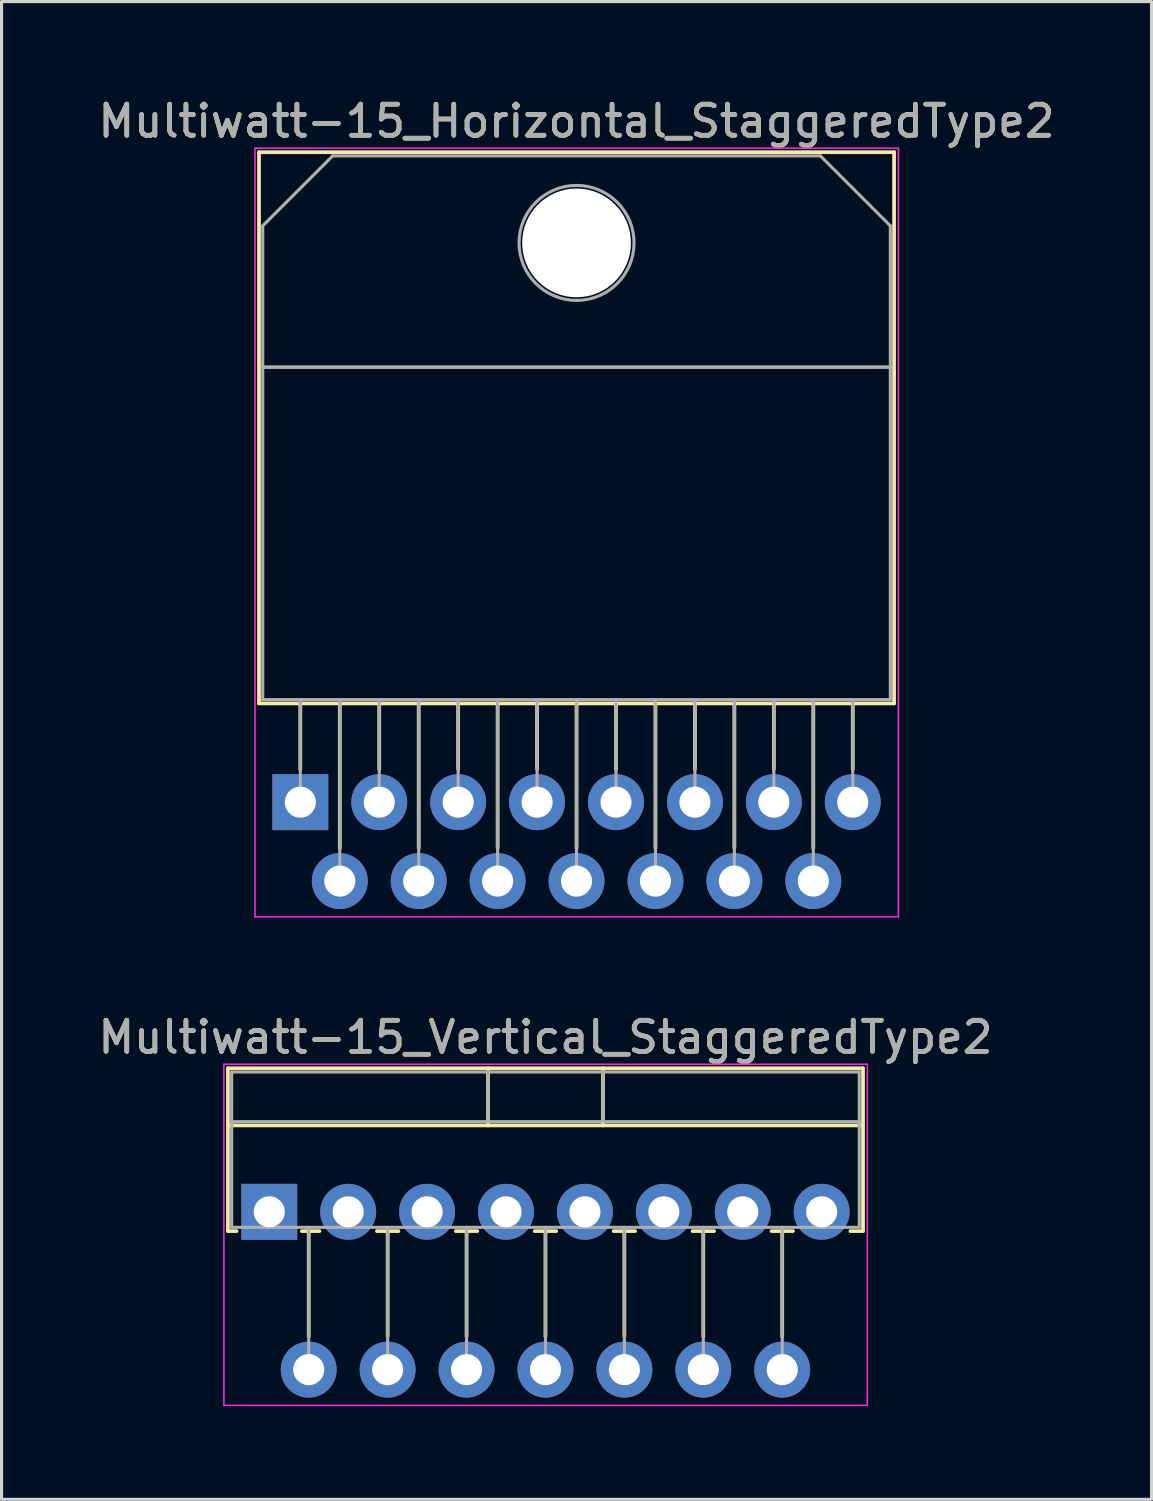
<source format=kicad_pcb>
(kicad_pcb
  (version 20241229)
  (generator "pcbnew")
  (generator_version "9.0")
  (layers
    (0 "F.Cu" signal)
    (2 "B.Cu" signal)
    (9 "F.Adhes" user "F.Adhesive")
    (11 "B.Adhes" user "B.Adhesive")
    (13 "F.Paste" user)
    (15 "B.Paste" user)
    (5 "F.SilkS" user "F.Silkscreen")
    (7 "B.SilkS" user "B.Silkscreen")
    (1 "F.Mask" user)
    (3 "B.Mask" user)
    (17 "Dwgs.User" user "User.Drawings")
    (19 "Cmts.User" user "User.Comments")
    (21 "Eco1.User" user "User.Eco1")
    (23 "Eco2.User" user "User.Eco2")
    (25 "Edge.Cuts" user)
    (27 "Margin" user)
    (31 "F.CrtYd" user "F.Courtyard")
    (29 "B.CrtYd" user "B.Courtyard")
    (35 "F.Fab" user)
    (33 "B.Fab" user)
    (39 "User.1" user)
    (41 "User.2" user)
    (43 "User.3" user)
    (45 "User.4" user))
  (footprint "Multiwatt-15_Vertical_StaggeredType2"
    (layer "F.Cu")
    (at 5.616 35.952)
    (property "Reference" "Multiwatt-15_Vertical_StaggeredType2" (at 8.89 -5.62 0) (layer "F.SilkS") (effects (font (size 1 1) (thickness 0.15))))
    (attr through_hole)
    (fp_line (start -1.33 -4.62) (end -1.33 0.621) (stroke (width 0.12) (type solid)) (layer "F.SilkS"))
    (fp_line (start -1.33 -4.62) (end 19.11 -4.62) (stroke (width 0.12) (type solid)) (layer "F.SilkS"))
    (fp_line (start -1.33 -2.78) (end 19.11 -2.78) (stroke (width 0.12) (type solid)) (layer "F.SilkS"))
    (fp_line (start -1.33 0.621) (end -1.05 0.621) (stroke (width 0.12) (type solid)) (layer "F.SilkS"))
    (fp_line (start 1.05 0.621) (end 1.616 0.621) (stroke (width 0.12) (type solid)) (layer "F.SilkS"))
    (fp_line (start 1.27 0.621) (end 1.27 4.015) (stroke (width 0.12) (type solid)) (layer "F.SilkS"))
    (fp_line (start 3.465 0.621) (end 4.156 0.621) (stroke (width 0.12) (type solid)) (layer "F.SilkS"))
    (fp_line (start 3.81 0.621) (end 3.81 4.015) (stroke (width 0.12) (type solid)) (layer "F.SilkS"))
    (fp_line (start 6.005 0.621) (end 6.696 0.621) (stroke (width 0.12) (type solid)) (layer "F.SilkS"))
    (fp_line (start 6.35 0.621) (end 6.35 4.015) (stroke (width 0.12) (type solid)) (layer "F.SilkS"))
    (fp_line (start 7.041 -4.62) (end 7.041 -2.78) (stroke (width 0.12) (type solid)) (layer "F.SilkS"))
    (fp_line (start 8.545 0.621) (end 9.236 0.621) (stroke (width 0.12) (type solid)) (layer "F.SilkS"))
    (fp_line (start 8.89 0.621) (end 8.89 4.015) (stroke (width 0.12) (type solid)) (layer "F.SilkS"))
    (fp_line (start 10.74 -4.62) (end 10.74 -2.78) (stroke (width 0.12) (type solid)) (layer "F.SilkS"))
    (fp_line (start 11.085 0.621) (end 11.776 0.621) (stroke (width 0.12) (type solid)) (layer "F.SilkS"))
    (fp_line (start 11.43 0.621) (end 11.43 4.015) (stroke (width 0.12) (type solid)) (layer "F.SilkS"))
    (fp_line (start 13.625 0.621) (end 14.316 0.621) (stroke (width 0.12) (type solid)) (layer "F.SilkS"))
    (fp_line (start 13.97 0.621) (end 13.97 4.015) (stroke (width 0.12) (type solid)) (layer "F.SilkS"))
    (fp_line (start 16.165 0.621) (end 16.856 0.621) (stroke (width 0.12) (type solid)) (layer "F.SilkS"))
    (fp_line (start 16.51 0.621) (end 16.51 4.015) (stroke (width 0.12) (type solid)) (layer "F.SilkS"))
    (fp_line (start 18.705 0.621) (end 19.11 0.621) (stroke (width 0.12) (type solid)) (layer "F.SilkS"))
    (fp_line (start 19.11 -4.62) (end 19.11 0.621) (stroke (width 0.12) (type solid)) (layer "F.SilkS"))
    (fp_line (start -1.46 -4.75) (end -1.46 6.23) (stroke (width 0.05) (type solid)) (layer "F.CrtYd"))
    (fp_line (start -1.46 6.23) (end 19.25 6.23) (stroke (width 0.05) (type solid)) (layer "F.CrtYd"))
    (fp_line (start 19.25 -4.75) (end -1.46 -4.75) (stroke (width 0.05) (type solid)) (layer "F.CrtYd"))
    (fp_line (start 19.25 6.23) (end 19.25 -4.75) (stroke (width 0.05) (type solid)) (layer "F.CrtYd"))
    (fp_line (start -1.21 -4.5) (end -1.21 0.5) (stroke (width 0.1) (type solid)) (layer "F.Fab"))
    (fp_line (start -1.21 -2.9) (end 18.99 -2.9) (stroke (width 0.1) (type solid)) (layer "F.Fab"))
    (fp_line (start -1.21 0.5) (end 18.99 0.5) (stroke (width 0.1) (type solid)) (layer "F.Fab"))
    (fp_line (start 1.27 0.5) (end 1.27 5.08) (stroke (width 0.1) (type solid)) (layer "F.Fab"))
    (fp_line (start 3.81 0.5) (end 3.81 5.08) (stroke (width 0.1) (type solid)) (layer "F.Fab"))
    (fp_line (start 6.35 0.5) (end 6.35 5.08) (stroke (width 0.1) (type solid)) (layer "F.Fab"))
    (fp_line (start 7.04 -4.5) (end 7.04 -2.9) (stroke (width 0.1) (type solid)) (layer "F.Fab"))
    (fp_line (start 8.89 0.5) (end 8.89 5.08) (stroke (width 0.1) (type solid)) (layer "F.Fab"))
    (fp_line (start 10.74 -4.5) (end 10.74 -2.9) (stroke (width 0.1) (type solid)) (layer "F.Fab"))
    (fp_line (start 11.43 0.5) (end 11.43 5.08) (stroke (width 0.1) (type solid)) (layer "F.Fab"))
    (fp_line (start 13.97 0.5) (end 13.97 5.08) (stroke (width 0.1) (type solid)) (layer "F.Fab"))
    (fp_line (start 16.51 0.5) (end 16.51 5.08) (stroke (width 0.1) (type solid)) (layer "F.Fab"))
    (fp_line (start 18.99 -4.5) (end -1.21 -4.5) (stroke (width 0.1) (type solid)) (layer "F.Fab"))
    (fp_line (start 18.99 0.5) (end 18.99 -4.5) (stroke (width 0.1) (type solid)) (layer "F.Fab"))
    (fp_text user "${REFERENCE}" (at 8.89 -5.62 0) (layer "F.Fab") (effects (font (size 1 1) (thickness 0.15))))
    (pad "1" thru_hole rect (at 0 0) (size 1.8 1.8) (drill 1) (layers "*.Cu" "*.Mask"))
    (pad "2" thru_hole oval (at 1.27 5.08) (size 1.8 1.8) (drill 1) (layers "*.Cu" "*.Mask"))
    (pad "3" thru_hole oval (at 2.54 0) (size 1.8 1.8) (drill 1) (layers "*.Cu" "*.Mask"))
    (pad "4" thru_hole oval (at 3.81 5.08) (size 1.8 1.8) (drill 1) (layers "*.Cu" "*.Mask"))
    (pad "5" thru_hole oval (at 5.08 0) (size 1.8 1.8) (drill 1) (layers "*.Cu" "*.Mask"))
    (pad "6" thru_hole oval (at 6.35 5.08) (size 1.8 1.8) (drill 1) (layers "*.Cu" "*.Mask"))
    (pad "7" thru_hole oval (at 7.62 0) (size 1.8 1.8) (drill 1) (layers "*.Cu" "*.Mask"))
    (pad "8" thru_hole oval (at 8.89 5.08) (size 1.8 1.8) (drill 1) (layers "*.Cu" "*.Mask"))
    (pad "9" thru_hole oval (at 10.16 0) (size 1.8 1.8) (drill 1) (layers "*.Cu" "*.Mask"))
    (pad "10" thru_hole oval (at 11.43 5.08) (size 1.8 1.8) (drill 1) (layers "*.Cu" "*.Mask"))
    (pad "11" thru_hole oval (at 12.7 0) (size 1.8 1.8) (drill 1) (layers "*.Cu" "*.Mask"))
    (pad "12" thru_hole oval (at 13.97 5.08) (size 1.8 1.8) (drill 1) (layers "*.Cu" "*.Mask"))
    (pad "13" thru_hole oval (at 15.24 0) (size 1.8 1.8) (drill 1) (layers "*.Cu" "*.Mask"))
    (pad "14" thru_hole oval (at 16.51 5.08) (size 1.8 1.8) (drill 1) (layers "*.Cu" "*.Mask"))
    (pad "15" thru_hole oval (at 17.78 0) (size 1.8 1.8) (drill 1) (layers "*.Cu" "*.Mask")))
  (footprint "Multiwatt-15_Horizontal_StaggeredType2"
    (layer "F.Cu")
    (at 6.616 22.768)
    (property "Reference" "Multiwatt-15_Horizontal_StaggeredType2" (at 8.89 -21.92 0) (layer "F.SilkS") (effects (font (size 1 1) (thickness 0.15))))
    (attr through_hole)
    (fp_line (start -1.33 -20.92) (end -1.33 -3.18) (stroke (width 0.12) (type solid)) (layer "F.SilkS"))
    (fp_line (start -1.33 -20.92) (end 19.11 -20.92) (stroke (width 0.12) (type solid)) (layer "F.SilkS"))
    (fp_line (start -1.33 -3.18) (end 19.11 -3.18) (stroke (width 0.12) (type solid)) (layer "F.SilkS"))
    (fp_line (start 0 -3.18) (end 0 -1.05) (stroke (width 0.12) (type solid)) (layer "F.SilkS"))
    (fp_line (start 1.27 -3.18) (end 1.27 1.475) (stroke (width 0.12) (type solid)) (layer "F.SilkS"))
    (fp_line (start 2.54 -3.18) (end 2.54 -1.066) (stroke (width 0.12) (type solid)) (layer "F.SilkS"))
    (fp_line (start 3.81 -3.18) (end 3.81 1.475) (stroke (width 0.12) (type solid)) (layer "F.SilkS"))
    (fp_line (start 5.08 -3.18) (end 5.08 -1.066) (stroke (width 0.12) (type solid)) (layer "F.SilkS"))
    (fp_line (start 6.35 -3.18) (end 6.35 1.475) (stroke (width 0.12) (type solid)) (layer "F.SilkS"))
    (fp_line (start 7.62 -3.18) (end 7.62 -1.066) (stroke (width 0.12) (type solid)) (layer "F.SilkS"))
    (fp_line (start 8.89 -3.18) (end 8.89 1.475) (stroke (width 0.12) (type solid)) (layer "F.SilkS"))
    (fp_line (start 10.16 -3.18) (end 10.16 -1.066) (stroke (width 0.12) (type solid)) (layer "F.SilkS"))
    (fp_line (start 11.43 -3.18) (end 11.43 1.475) (stroke (width 0.12) (type solid)) (layer "F.SilkS"))
    (fp_line (start 12.7 -3.18) (end 12.7 -1.066) (stroke (width 0.12) (type solid)) (layer "F.SilkS"))
    (fp_line (start 13.97 -3.18) (end 13.97 1.475) (stroke (width 0.12) (type solid)) (layer "F.SilkS"))
    (fp_line (start 15.24 -3.18) (end 15.24 -1.066) (stroke (width 0.12) (type solid)) (layer "F.SilkS"))
    (fp_line (start 16.51 -3.18) (end 16.51 1.475) (stroke (width 0.12) (type solid)) (layer "F.SilkS"))
    (fp_line (start 17.78 -3.18) (end 17.78 -1.066) (stroke (width 0.12) (type solid)) (layer "F.SilkS"))
    (fp_line (start 19.11 -20.92) (end 19.11 -3.18) (stroke (width 0.12) (type solid)) (layer "F.SilkS"))
    (fp_line (start -1.46 -21.05) (end -1.46 3.69) (stroke (width 0.05) (type solid)) (layer "F.CrtYd"))
    (fp_line (start -1.46 3.69) (end 19.25 3.69) (stroke (width 0.05) (type solid)) (layer "F.CrtYd"))
    (fp_line (start 19.25 -21.05) (end -1.46 -21.05) (stroke (width 0.05) (type solid)) (layer "F.CrtYd"))
    (fp_line (start 19.25 3.69) (end 19.25 -21.05) (stroke (width 0.05) (type solid)) (layer "F.CrtYd"))
    (fp_line (start -1.21 -18.55) (end 1.041 -20.8) (stroke (width 0.1) (type solid)) (layer "F.Fab"))
    (fp_line (start -1.21 -14) (end -1.21 -18.55) (stroke (width 0.1) (type solid)) (layer "F.Fab"))
    (fp_line (start -1.21 -14) (end 18.99 -14) (stroke (width 0.1) (type solid)) (layer "F.Fab"))
    (fp_line (start -1.21 -3.3) (end -1.21 -14) (stroke (width 0.1) (type solid)) (layer "F.Fab"))
    (fp_line (start 0 -3.3) (end 0 0) (stroke (width 0.1) (type solid)) (layer "F.Fab"))
    (fp_line (start 1.041 -20.8) (end 16.74 -20.8) (stroke (width 0.1) (type solid)) (layer "F.Fab"))
    (fp_line (start 1.27 -3.3) (end 1.27 2.54) (stroke (width 0.1) (type solid)) (layer "F.Fab"))
    (fp_line (start 2.54 -3.3) (end 2.54 0) (stroke (width 0.1) (type solid)) (layer "F.Fab"))
    (fp_line (start 3.81 -3.3) (end 3.81 2.54) (stroke (width 0.1) (type solid)) (layer "F.Fab"))
    (fp_line (start 5.08 -3.3) (end 5.08 0) (stroke (width 0.1) (type solid)) (layer "F.Fab"))
    (fp_line (start 6.35 -3.3) (end 6.35 2.54) (stroke (width 0.1) (type solid)) (layer "F.Fab"))
    (fp_line (start 7.62 -3.3) (end 7.62 0) (stroke (width 0.1) (type solid)) (layer "F.Fab"))
    (fp_line (start 8.89 -3.3) (end 8.89 2.54) (stroke (width 0.1) (type solid)) (layer "F.Fab"))
    (fp_line (start 10.16 -3.3) (end 10.16 0) (stroke (width 0.1) (type solid)) (layer "F.Fab"))
    (fp_line (start 11.43 -3.3) (end 11.43 2.54) (stroke (width 0.1) (type solid)) (layer "F.Fab"))
    (fp_line (start 12.7 -3.3) (end 12.7 0) (stroke (width 0.1) (type solid)) (layer "F.Fab"))
    (fp_line (start 13.97 -3.3) (end 13.97 2.54) (stroke (width 0.1) (type solid)) (layer "F.Fab"))
    (fp_line (start 15.24 -3.3) (end 15.24 0) (stroke (width 0.1) (type solid)) (layer "F.Fab"))
    (fp_line (start 16.51 -3.3) (end 16.51 2.54) (stroke (width 0.1) (type solid)) (layer "F.Fab"))
    (fp_line (start 16.74 -20.8) (end 18.99 -18.55) (stroke (width 0.1) (type solid)) (layer "F.Fab"))
    (fp_line (start 17.78 -3.3) (end 17.78 0) (stroke (width 0.1) (type solid)) (layer "F.Fab"))
    (fp_line (start 18.99 -18.55) (end 18.99 -14) (stroke (width 0.1) (type solid)) (layer "F.Fab"))
    (fp_line (start 18.99 -14) (end -1.21 -14) (stroke (width 0.1) (type solid)) (layer "F.Fab"))
    (fp_line (start 18.99 -14) (end 18.99 -3.3) (stroke (width 0.1) (type solid)) (layer "F.Fab"))
    (fp_line (start 18.99 -3.3) (end -1.21 -3.3) (stroke (width 0.1) (type solid)) (layer "F.Fab"))
    (fp_circle (center 8.89 -18) (end 10.74 -18) (stroke (width 0.1) (type solid)) (fill no) (layer "F.Fab"))
    (fp_text user "${REFERENCE}" (at 8.89 -21.92 0) (layer "F.Fab") (effects (font (size 1 1) (thickness 0.15))))
    (pad "" np_thru_hole oval (at 8.89 -18) (size 3.5 3.5) (drill 3.5) (layers "*.Cu" "*.Mask"))
    (pad "1" thru_hole rect (at 0 0) (size 1.8 1.8) (drill 1) (layers "*.Cu" "*.Mask"))
    (pad "2" thru_hole oval (at 1.27 2.54) (size 1.8 1.8) (drill 1) (layers "*.Cu" "*.Mask"))
    (pad "3" thru_hole oval (at 2.54 0) (size 1.8 1.8) (drill 1) (layers "*.Cu" "*.Mask"))
    (pad "4" thru_hole oval (at 3.81 2.54) (size 1.8 1.8) (drill 1) (layers "*.Cu" "*.Mask"))
    (pad "5" thru_hole oval (at 5.08 0) (size 1.8 1.8) (drill 1) (layers "*.Cu" "*.Mask"))
    (pad "6" thru_hole oval (at 6.35 2.54) (size 1.8 1.8) (drill 1) (layers "*.Cu" "*.Mask"))
    (pad "7" thru_hole oval (at 7.62 0) (size 1.8 1.8) (drill 1) (layers "*.Cu" "*.Mask"))
    (pad "8" thru_hole oval (at 8.89 2.54) (size 1.8 1.8) (drill 1) (layers "*.Cu" "*.Mask"))
    (pad "9" thru_hole oval (at 10.16 0) (size 1.8 1.8) (drill 1) (layers "*.Cu" "*.Mask"))
    (pad "10" thru_hole oval (at 11.43 2.54) (size 1.8 1.8) (drill 1) (layers "*.Cu" "*.Mask"))
    (pad "11" thru_hole oval (at 12.7 0) (size 1.8 1.8) (drill 1) (layers "*.Cu" "*.Mask"))
    (pad "12" thru_hole oval (at 13.97 2.54) (size 1.8 1.8) (drill 1) (layers "*.Cu" "*.Mask"))
    (pad "13" thru_hole oval (at 15.24 0) (size 1.8 1.8) (drill 1) (layers "*.Cu" "*.Mask"))
    (pad "14" thru_hole oval (at 16.51 2.54) (size 1.8 1.8) (drill 1) (layers "*.Cu" "*.Mask"))
    (pad "15" thru_hole oval (at 17.78 0) (size 1.8 1.8) (drill 1) (layers "*.Cu" "*.Mask")))
  (gr_rect
    (start -3 -3)
    (end 34.012 45.206)
    (stroke (width 0.1) (type default))
    (fill no)
    (layer "Edge.Cuts")))
</source>
